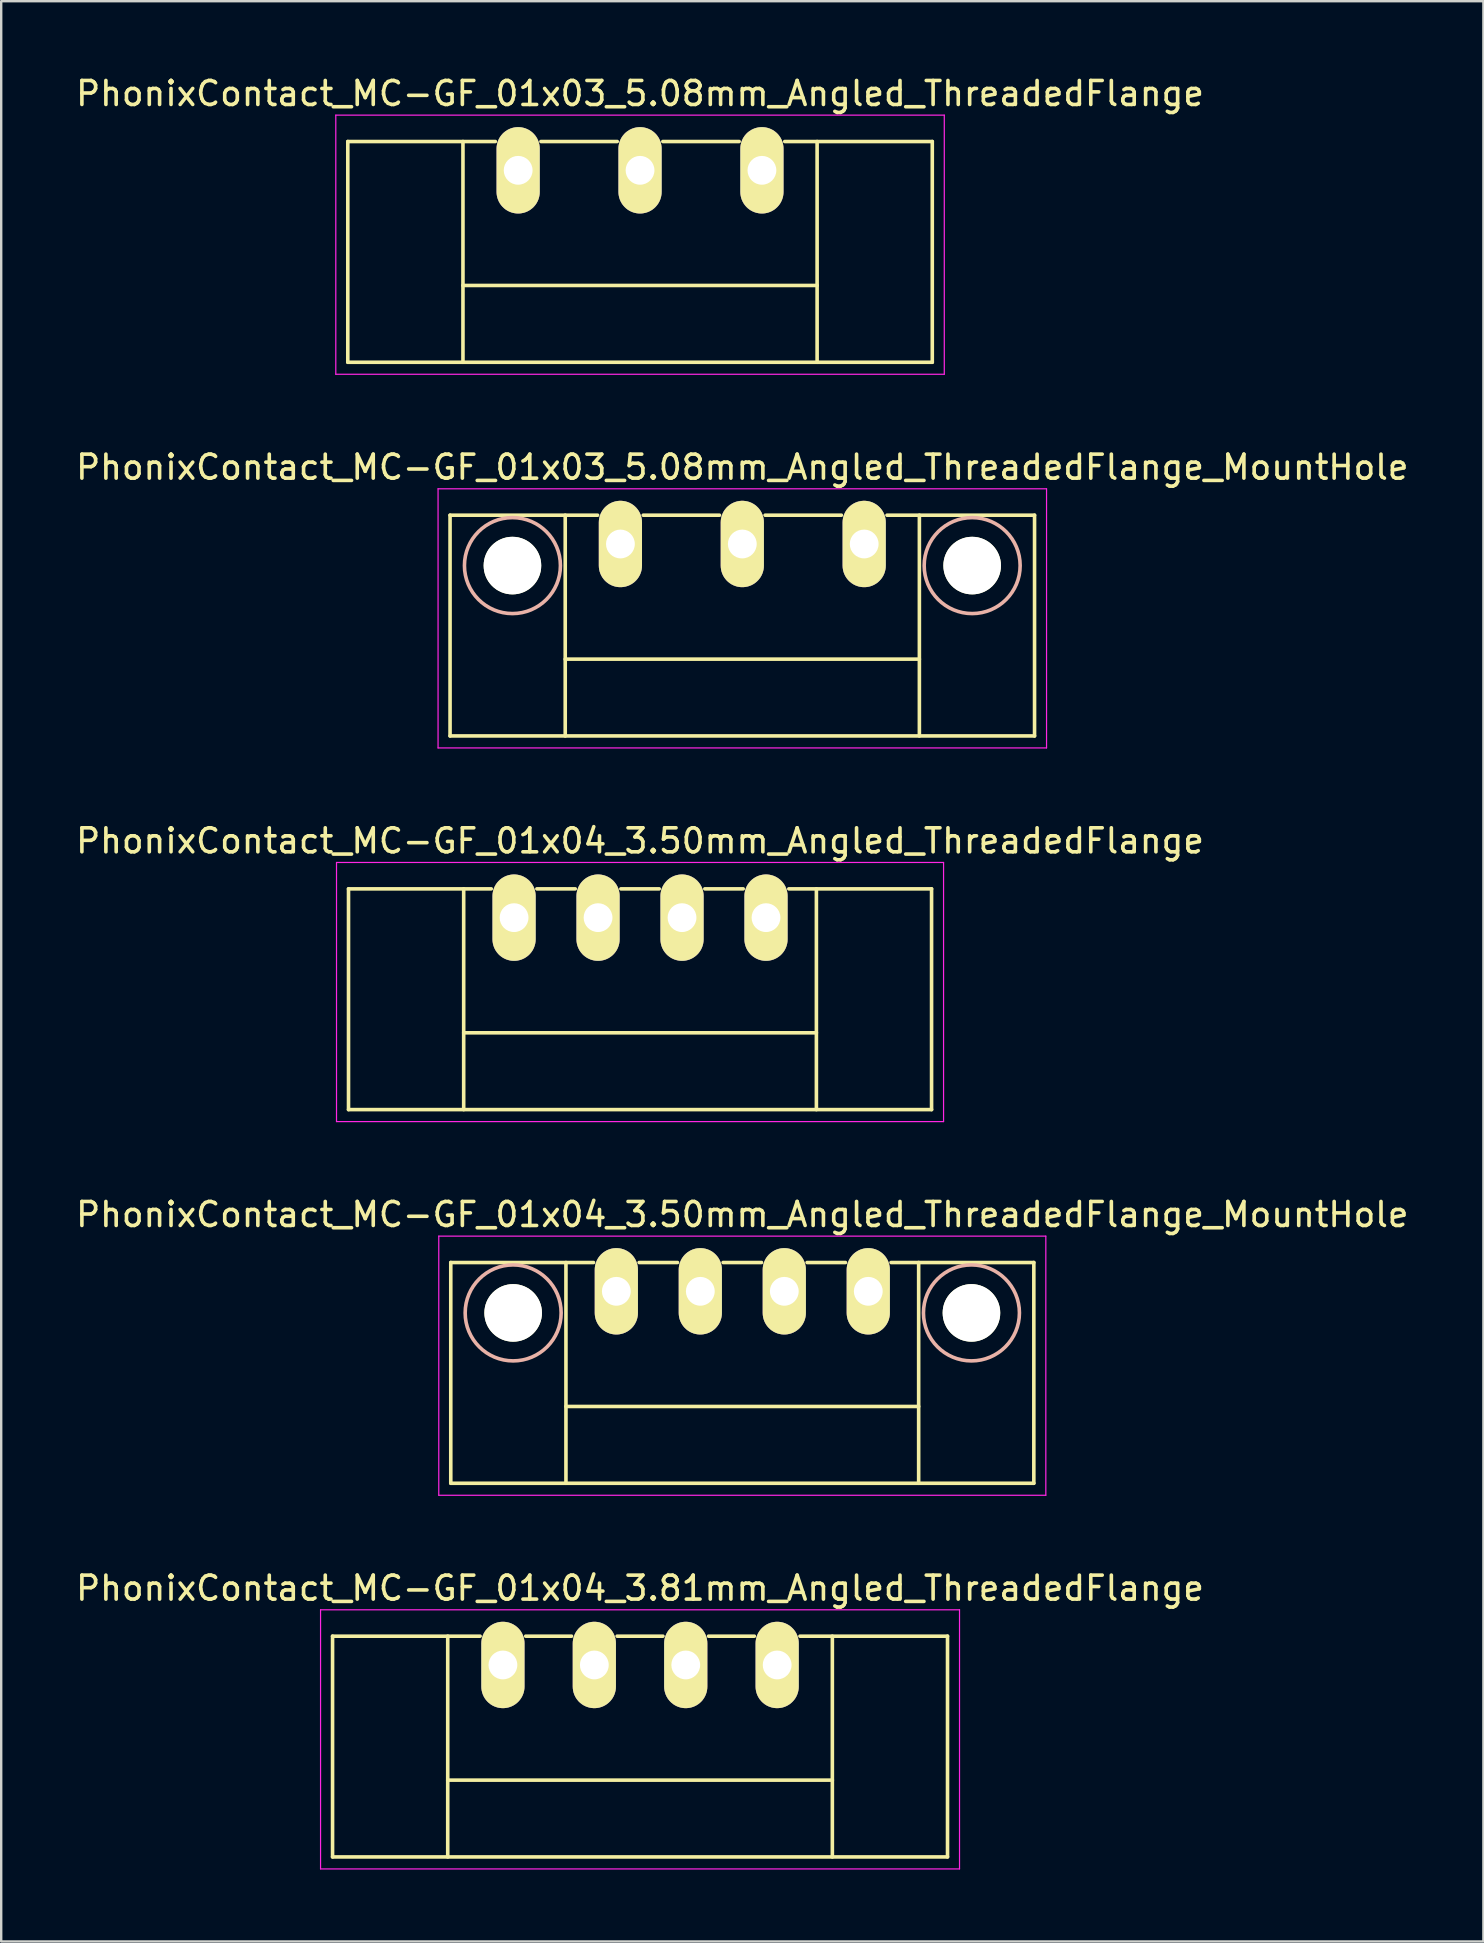
<source format=kicad_pcb>
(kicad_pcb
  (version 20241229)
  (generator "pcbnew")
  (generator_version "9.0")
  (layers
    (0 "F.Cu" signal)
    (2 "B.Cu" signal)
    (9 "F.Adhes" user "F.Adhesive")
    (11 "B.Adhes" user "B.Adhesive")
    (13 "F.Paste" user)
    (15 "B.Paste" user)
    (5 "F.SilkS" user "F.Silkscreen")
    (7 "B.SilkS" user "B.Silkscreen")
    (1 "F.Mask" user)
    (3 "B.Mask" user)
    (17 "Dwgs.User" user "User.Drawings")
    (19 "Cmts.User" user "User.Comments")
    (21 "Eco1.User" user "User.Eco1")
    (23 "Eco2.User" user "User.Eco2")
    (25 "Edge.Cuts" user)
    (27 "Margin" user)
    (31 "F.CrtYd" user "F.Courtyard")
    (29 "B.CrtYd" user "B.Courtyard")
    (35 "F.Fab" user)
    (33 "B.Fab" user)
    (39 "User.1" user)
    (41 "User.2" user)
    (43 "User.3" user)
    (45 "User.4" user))
  (footprint "PhonixContact_MC-GF_01x04_3.50mm_Angled_ThreadedFlange_MountHole"
    (layer "F.Cu")
    (at 22.637 50.768)
    (property "Reference" "PhonixContact_MC-GF_01x04_3.50mm_Angled_ThreadedFlange_MountHole" (at 5.25 -3.2 0) (layer "F.SilkS") (effects (font (size 1 1) (thickness 0.15))))
    (attr through_hole)
    (fp_line (start -6.9 -1.2) (end -6.9 8) (stroke (width 0.15) (type solid)) (layer "F.SilkS"))
    (fp_line (start -6.9 -1.2) (end -0.95 -1.2) (stroke (width 0.15) (type solid)) (layer "F.SilkS"))
    (fp_line (start -6.9 8) (end 17.4 8) (stroke (width 0.15) (type solid)) (layer "F.SilkS"))
    (fp_line (start -2.1 -1.2) (end -2.1 8) (stroke (width 0.15) (type solid)) (layer "F.SilkS"))
    (fp_line (start -2.1 4.8) (end 12.6 4.8) (stroke (width 0.15) (type solid)) (layer "F.SilkS"))
    (fp_line (start 0.95 -1.2) (end 2.55 -1.2) (stroke (width 0.15) (type solid)) (layer "F.SilkS"))
    (fp_line (start 4.45 -1.2) (end 6.05 -1.2) (stroke (width 0.15) (type solid)) (layer "F.SilkS"))
    (fp_line (start 7.95 -1.2) (end 9.55 -1.2) (stroke (width 0.15) (type solid)) (layer "F.SilkS"))
    (fp_line (start 12.6 -1.2) (end 12.6 8) (stroke (width 0.15) (type solid)) (layer "F.SilkS"))
    (fp_line (start 17.4 -1.2) (end 11.45 -1.2) (stroke (width 0.15) (type solid)) (layer "F.SilkS"))
    (fp_line (start 17.4 8) (end 17.4 -1.2) (stroke (width 0.15) (type solid)) (layer "F.SilkS"))
    (fp_circle (center -4.3 0.9) (end -2.3 0.9) (stroke (width 0.15) (type solid)) (fill no) (layer "B.SilkS"))
    (fp_circle (center 14.8 0.9) (end 16.8 0.9) (stroke (width 0.15) (type solid)) (fill no) (layer "B.SilkS"))
    (fp_line (start -7.4 -2.3) (end -7.4 8.5) (stroke (width 0.05) (type solid)) (layer "F.CrtYd"))
    (fp_line (start -7.4 8.5) (end 17.9 8.5) (stroke (width 0.05) (type solid)) (layer "F.CrtYd"))
    (fp_line (start 17.9 -2.3) (end -7.4 -2.3) (stroke (width 0.05) (type solid)) (layer "F.CrtYd"))
    (fp_line (start 17.9 8.5) (end 17.9 -2.3) (stroke (width 0.05) (type solid)) (layer "F.CrtYd"))
    (pad "" np_thru_hole circle (at -4.3 0.9) (size 2.4 2.4) (drill 2.4) (layers "*.Cu" "*.Mask" "F.SilkS"))
    (pad "" np_thru_hole circle (at 14.8 0.9) (size 2.4 2.4) (drill 2.4) (layers "*.Cu" "*.Mask" "F.SilkS"))
    (pad "1" thru_hole oval (at 0 0) (size 1.8 3.6) (drill 1.2) (layers "*.Cu" "*.Mask" "F.SilkS"))
    (pad "2" thru_hole oval (at 3.5 0) (size 1.8 3.6) (drill 1.2) (layers "*.Cu" "*.Mask" "F.SilkS"))
    (pad "3" thru_hole oval (at 7 0) (size 1.8 3.6) (drill 1.2) (layers "*.Cu" "*.Mask" "F.SilkS"))
    (pad "4" thru_hole oval (at 10.5 0) (size 1.8 3.6) (drill 1.2) (layers "*.Cu" "*.Mask" "F.SilkS")))
  (footprint "PhonixContact_MC-GF_01x03_5.08mm_Angled_ThreadedFlange_MountHole"
    (layer "F.Cu")
    (at 22.807 19.622)
    (property "Reference" "PhonixContact_MC-GF_01x03_5.08mm_Angled_ThreadedFlange_MountHole" (at 5.08 -3.2 0) (layer "F.SilkS") (effects (font (size 1 1) (thickness 0.15))))
    (attr through_hole)
    (fp_line (start -7.1 -1.2) (end -7.1 8) (stroke (width 0.15) (type solid)) (layer "F.SilkS"))
    (fp_line (start -7.1 -1.2) (end -0.95 -1.2) (stroke (width 0.15) (type solid)) (layer "F.SilkS"))
    (fp_line (start -7.1 8) (end 17.26 8) (stroke (width 0.15) (type solid)) (layer "F.SilkS"))
    (fp_line (start -2.3 -1.2) (end -2.3 8) (stroke (width 0.15) (type solid)) (layer "F.SilkS"))
    (fp_line (start -2.3 4.8) (end 12.46 4.8) (stroke (width 0.15) (type solid)) (layer "F.SilkS"))
    (fp_line (start 0.95 -1.2) (end 4.13 -1.2) (stroke (width 0.15) (type solid)) (layer "F.SilkS"))
    (fp_line (start 6.03 -1.2) (end 9.21 -1.2) (stroke (width 0.15) (type solid)) (layer "F.SilkS"))
    (fp_line (start 12.46 -1.2) (end 12.46 8) (stroke (width 0.15) (type solid)) (layer "F.SilkS"))
    (fp_line (start 17.26 -1.2) (end 11.11 -1.2) (stroke (width 0.15) (type solid)) (layer "F.SilkS"))
    (fp_line (start 17.26 8) (end 17.26 -1.2) (stroke (width 0.15) (type solid)) (layer "F.SilkS"))
    (fp_circle (center -4.5 0.9) (end -2.5 0.9) (stroke (width 0.15) (type solid)) (fill no) (layer "B.SilkS"))
    (fp_circle (center 14.66 0.9) (end 16.66 0.9) (stroke (width 0.15) (type solid)) (fill no) (layer "B.SilkS"))
    (fp_line (start -7.6 -2.3) (end -7.6 8.5) (stroke (width 0.05) (type solid)) (layer "F.CrtYd"))
    (fp_line (start -7.6 8.5) (end 17.76 8.5) (stroke (width 0.05) (type solid)) (layer "F.CrtYd"))
    (fp_line (start 17.76 -2.3) (end -7.6 -2.3) (stroke (width 0.05) (type solid)) (layer "F.CrtYd"))
    (fp_line (start 17.76 8.5) (end 17.76 -2.3) (stroke (width 0.05) (type solid)) (layer "F.CrtYd"))
    (pad "" np_thru_hole circle (at -4.5 0.9) (size 2.4 2.4) (drill 2.4) (layers "*.Cu" "*.Mask" "F.SilkS"))
    (pad "" np_thru_hole circle (at 14.66 0.9) (size 2.4 2.4) (drill 2.4) (layers "*.Cu" "*.Mask" "F.SilkS"))
    (pad "1" thru_hole oval (at 0 0) (size 1.8 3.6) (drill 1.2) (layers "*.Cu" "*.Mask" "F.SilkS"))
    (pad "2" thru_hole oval (at 5.08 0) (size 1.8 3.6) (drill 1.2) (layers "*.Cu" "*.Mask" "F.SilkS"))
    (pad "3" thru_hole oval (at 10.16 0) (size 1.8 3.6) (drill 1.2) (layers "*.Cu" "*.Mask" "F.SilkS")))
  (footprint "PhonixContact_MC-GF_01x04_3.81mm_Angled_ThreadedFlange"
    (layer "F.Cu")
    (at 17.91 66.341)
    (property "Reference" "PhonixContact_MC-GF_01x04_3.81mm_Angled_ThreadedFlange" (at 5.715 -3.2 0) (layer "F.SilkS") (effects (font (size 1 1) (thickness 0.15))))
    (attr through_hole)
    (fp_line (start -7.1 -1.2) (end -7.1 8) (stroke (width 0.15) (type solid)) (layer "F.SilkS"))
    (fp_line (start -7.1 -1.2) (end -0.95 -1.2) (stroke (width 0.15) (type solid)) (layer "F.SilkS"))
    (fp_line (start -7.1 8) (end 18.53 8) (stroke (width 0.15) (type solid)) (layer "F.SilkS"))
    (fp_line (start -2.3 -1.2) (end -2.3 8) (stroke (width 0.15) (type solid)) (layer "F.SilkS"))
    (fp_line (start -2.3 4.8) (end 13.73 4.8) (stroke (width 0.15) (type solid)) (layer "F.SilkS"))
    (fp_line (start 0.95 -1.2) (end 2.86 -1.2) (stroke (width 0.15) (type solid)) (layer "F.SilkS"))
    (fp_line (start 4.76 -1.2) (end 6.67 -1.2) (stroke (width 0.15) (type solid)) (layer "F.SilkS"))
    (fp_line (start 8.57 -1.2) (end 10.48 -1.2) (stroke (width 0.15) (type solid)) (layer "F.SilkS"))
    (fp_line (start 13.73 -1.2) (end 13.73 8) (stroke (width 0.15) (type solid)) (layer "F.SilkS"))
    (fp_line (start 18.53 -1.2) (end 12.38 -1.2) (stroke (width 0.15) (type solid)) (layer "F.SilkS"))
    (fp_line (start 18.53 8) (end 18.53 -1.2) (stroke (width 0.15) (type solid)) (layer "F.SilkS"))
    (fp_line (start -7.6 -2.3) (end -7.6 8.5) (stroke (width 0.05) (type solid)) (layer "F.CrtYd"))
    (fp_line (start -7.6 8.5) (end 19.03 8.5) (stroke (width 0.05) (type solid)) (layer "F.CrtYd"))
    (fp_line (start 19.03 -2.3) (end -7.6 -2.3) (stroke (width 0.05) (type solid)) (layer "F.CrtYd"))
    (fp_line (start 19.03 8.5) (end 19.03 -2.3) (stroke (width 0.05) (type solid)) (layer "F.CrtYd"))
    (pad "1" thru_hole oval (at 0 0) (size 1.8 3.6) (drill 1.2) (layers "*.Cu" "*.Mask" "F.SilkS"))
    (pad "2" thru_hole oval (at 3.81 0) (size 1.8 3.6) (drill 1.2) (layers "*.Cu" "*.Mask" "F.SilkS"))
    (pad "3" thru_hole oval (at 7.62 0) (size 1.8 3.6) (drill 1.2) (layers "*.Cu" "*.Mask" "F.SilkS"))
    (pad "4" thru_hole oval (at 11.43 0) (size 1.8 3.6) (drill 1.2) (layers "*.Cu" "*.Mask" "F.SilkS")))
  (footprint "PhonixContact_MC-GF_01x04_3.50mm_Angled_ThreadedFlange"
    (layer "F.Cu")
    (at 18.375 35.195)
    (property "Reference" "PhonixContact_MC-GF_01x04_3.50mm_Angled_ThreadedFlange" (at 5.25 -3.2 0) (layer "F.SilkS") (effects (font (size 1 1) (thickness 0.15))))
    (attr through_hole)
    (fp_line (start -6.9 -1.2) (end -6.9 8) (stroke (width 0.15) (type solid)) (layer "F.SilkS"))
    (fp_line (start -6.9 -1.2) (end -0.95 -1.2) (stroke (width 0.15) (type solid)) (layer "F.SilkS"))
    (fp_line (start -6.9 8) (end 17.4 8) (stroke (width 0.15) (type solid)) (layer "F.SilkS"))
    (fp_line (start -2.1 -1.2) (end -2.1 8) (stroke (width 0.15) (type solid)) (layer "F.SilkS"))
    (fp_line (start -2.1 4.8) (end 12.6 4.8) (stroke (width 0.15) (type solid)) (layer "F.SilkS"))
    (fp_line (start 0.95 -1.2) (end 2.55 -1.2) (stroke (width 0.15) (type solid)) (layer "F.SilkS"))
    (fp_line (start 4.45 -1.2) (end 6.05 -1.2) (stroke (width 0.15) (type solid)) (layer "F.SilkS"))
    (fp_line (start 7.95 -1.2) (end 9.55 -1.2) (stroke (width 0.15) (type solid)) (layer "F.SilkS"))
    (fp_line (start 12.6 -1.2) (end 12.6 8) (stroke (width 0.15) (type solid)) (layer "F.SilkS"))
    (fp_line (start 17.4 -1.2) (end 11.45 -1.2) (stroke (width 0.15) (type solid)) (layer "F.SilkS"))
    (fp_line (start 17.4 8) (end 17.4 -1.2) (stroke (width 0.15) (type solid)) (layer "F.SilkS"))
    (fp_line (start -7.4 -2.3) (end -7.4 8.5) (stroke (width 0.05) (type solid)) (layer "F.CrtYd"))
    (fp_line (start -7.4 8.5) (end 17.9 8.5) (stroke (width 0.05) (type solid)) (layer "F.CrtYd"))
    (fp_line (start 17.9 -2.3) (end -7.4 -2.3) (stroke (width 0.05) (type solid)) (layer "F.CrtYd"))
    (fp_line (start 17.9 8.5) (end 17.9 -2.3) (stroke (width 0.05) (type solid)) (layer "F.CrtYd"))
    (pad "1" thru_hole oval (at 0 0) (size 1.8 3.6) (drill 1.2) (layers "*.Cu" "*.Mask" "F.SilkS"))
    (pad "2" thru_hole oval (at 3.5 0) (size 1.8 3.6) (drill 1.2) (layers "*.Cu" "*.Mask" "F.SilkS"))
    (pad "3" thru_hole oval (at 7 0) (size 1.8 3.6) (drill 1.2) (layers "*.Cu" "*.Mask" "F.SilkS"))
    (pad "4" thru_hole oval (at 10.5 0) (size 1.8 3.6) (drill 1.2) (layers "*.Cu" "*.Mask" "F.SilkS")))
  (footprint "PhonixContact_MC-GF_01x03_5.08mm_Angled_ThreadedFlange"
    (layer "F.Cu")
    (at 18.545 4.048)
    (property "Reference" "PhonixContact_MC-GF_01x03_5.08mm_Angled_ThreadedFlange" (at 5.08 -3.2 0) (layer "F.SilkS") (effects (font (size 1 1) (thickness 0.15))))
    (attr through_hole)
    (fp_line (start -7.1 -1.2) (end -7.1 8) (stroke (width 0.15) (type solid)) (layer "F.SilkS"))
    (fp_line (start -7.1 -1.2) (end -0.95 -1.2) (stroke (width 0.15) (type solid)) (layer "F.SilkS"))
    (fp_line (start -7.1 8) (end 17.26 8) (stroke (width 0.15) (type solid)) (layer "F.SilkS"))
    (fp_line (start -2.3 -1.2) (end -2.3 8) (stroke (width 0.15) (type solid)) (layer "F.SilkS"))
    (fp_line (start -2.3 4.8) (end 12.46 4.8) (stroke (width 0.15) (type solid)) (layer "F.SilkS"))
    (fp_line (start 0.95 -1.2) (end 4.13 -1.2) (stroke (width 0.15) (type solid)) (layer "F.SilkS"))
    (fp_line (start 6.03 -1.2) (end 9.21 -1.2) (stroke (width 0.15) (type solid)) (layer "F.SilkS"))
    (fp_line (start 12.46 -1.2) (end 12.46 8) (stroke (width 0.15) (type solid)) (layer "F.SilkS"))
    (fp_line (start 17.26 -1.2) (end 11.11 -1.2) (stroke (width 0.15) (type solid)) (layer "F.SilkS"))
    (fp_line (start 17.26 8) (end 17.26 -1.2) (stroke (width 0.15) (type solid)) (layer "F.SilkS"))
    (fp_line (start -7.6 -2.3) (end -7.6 8.5) (stroke (width 0.05) (type solid)) (layer "F.CrtYd"))
    (fp_line (start -7.6 8.5) (end 17.76 8.5) (stroke (width 0.05) (type solid)) (layer "F.CrtYd"))
    (fp_line (start 17.76 -2.3) (end -7.6 -2.3) (stroke (width 0.05) (type solid)) (layer "F.CrtYd"))
    (fp_line (start 17.76 8.5) (end 17.76 -2.3) (stroke (width 0.05) (type solid)) (layer "F.CrtYd"))
    (pad "1" thru_hole oval (at 0 0) (size 1.8 3.6) (drill 1.2) (layers "*.Cu" "*.Mask" "F.SilkS"))
    (pad "2" thru_hole oval (at 5.08 0) (size 1.8 3.6) (drill 1.2) (layers "*.Cu" "*.Mask" "F.SilkS"))
    (pad "3" thru_hole oval (at 10.16 0) (size 1.8 3.6) (drill 1.2) (layers "*.Cu" "*.Mask" "F.SilkS")))
  (gr_rect
    (start -3 -3)
    (end 58.774 77.866)
    (stroke (width 0.1) (type default))
    (fill no)
    (layer "Edge.Cuts")))
</source>
